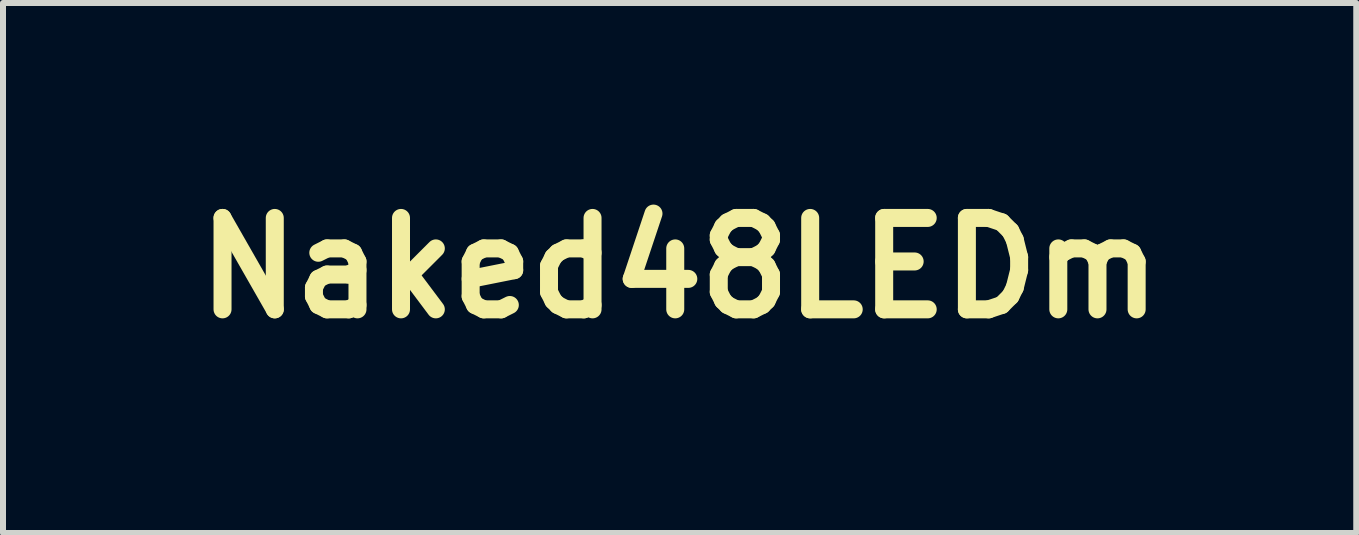
<source format=kicad_pcb>
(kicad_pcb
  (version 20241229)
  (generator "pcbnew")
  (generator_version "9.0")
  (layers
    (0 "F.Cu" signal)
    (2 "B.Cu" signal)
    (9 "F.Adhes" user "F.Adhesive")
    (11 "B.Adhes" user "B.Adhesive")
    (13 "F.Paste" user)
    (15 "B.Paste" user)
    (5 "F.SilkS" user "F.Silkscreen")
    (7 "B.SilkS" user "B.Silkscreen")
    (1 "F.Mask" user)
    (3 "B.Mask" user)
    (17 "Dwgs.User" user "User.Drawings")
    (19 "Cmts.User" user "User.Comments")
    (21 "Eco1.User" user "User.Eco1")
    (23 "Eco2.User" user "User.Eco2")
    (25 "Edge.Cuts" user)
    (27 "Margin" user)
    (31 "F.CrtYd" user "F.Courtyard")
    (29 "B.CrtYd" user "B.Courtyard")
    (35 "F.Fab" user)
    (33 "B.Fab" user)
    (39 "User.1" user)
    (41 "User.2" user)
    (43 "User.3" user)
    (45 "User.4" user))
  (footprint "Naked48LEDm"
    (layer "F.Cu")
    (at 8.28 1.418)
    (property "Reference" "Naked48LEDm" (at 0 0 0) (layer "F.SilkS") (effects (font (size 1.524 1.524) (thickness 0.3))))
    (attr through_hole)
    (fp_poly (pts (xy 5.81 0.984) (xy 4.747 0.984) (xy 4.747 0.619) (xy 5.81 0.619) (xy 5.81 0.984)) (stroke (width 0.01) (type solid)) (fill yes) (layer "F.Mask"))
    (fp_poly (pts (xy 2.838 -0.266) (xy 3.056 -0.262) (xy 3.06 -0.107) (xy 3.065 0.048) (xy 2.619 0.048) (xy 2.619 -0.271) (xy 2.838 -0.266)) (stroke (width 0.01) (type solid)) (fill yes) (layer "F.Mask"))
    (fp_poly (pts (xy -0.924 -0.528) (xy -0.92 -0.318) (xy -1.204 -0.318) (xy -1.209 -0.369) (xy -1.216 -0.404) (xy -1.234 -0.419) (xy -1.273 -0.426) (xy -1.331 -0.43) (xy -1.342 -0.545) (xy -1.346 -0.608) (xy -1.348 -0.663) (xy -1.347 -0.699) (xy -1.347 -0.699) (xy -1.341 -0.738) (xy -0.929 -0.738) (xy -0.924 -0.528)) (stroke (width 0.01) (type solid)) (fill yes) (layer "F.Mask"))
    (fp_poly (pts (xy -4.191 -0.413) (xy -4.372 -0.413) (xy -4.452 -0.413) (xy -4.506 -0.416) (xy -4.539 -0.421) (xy -4.557 -0.429) (xy -4.562 -0.438) (xy -4.568 -0.468) (xy -4.572 -0.516) (xy -4.572 -0.542) (xy -4.57 -0.59) (xy -4.56 -0.616) (xy -4.534 -0.631) (xy -4.49 -0.642) (xy -4.46 -0.653) (xy -4.446 -0.678) (xy -4.442 -0.71) (xy -4.437 -0.77) (xy -4.314 -0.775) (xy -4.191 -0.779) (xy -4.191 -0.413)) (stroke (width 0.01) (type solid)) (fill yes) (layer "F.Mask"))
    (fp_poly (pts (xy 6.628 -0.325) (xy 6.33 -0.321) (xy 6.221 -0.32) (xy 6.141 -0.32) (xy 6.084 -0.322) (xy 6.049 -0.326) (xy 6.029 -0.332) (xy 6.024 -0.338) (xy 6.021 -0.362) (xy 6.019 -0.41) (xy 6.019 -0.474) (xy 6.02 -0.525) (xy 6.025 -0.691) (xy 6.122 -0.695) (xy 6.177 -0.701) (xy 6.219 -0.71) (xy 6.237 -0.72) (xy 6.246 -0.745) (xy 6.254 -0.792) (xy 6.258 -0.842) (xy 6.263 -0.945) (xy 6.45 -0.949) (xy 6.636 -0.954) (xy 6.628 -0.325)) (stroke (width 0.01) (type solid)) (fill yes) (layer "F.Mask"))
    (fp_poly (pts (xy -4.918 0.56) (xy -4.913 0.627) (xy -4.838 0.632) (xy -4.763 0.637) (xy -4.763 0.873) (xy -4.966 0.873) (xy -5.044 0.872) (xy -5.109 0.87) (xy -5.157 0.867) (xy -5.18 0.863) (xy -5.181 0.863) (xy -5.185 0.843) (xy -5.189 0.799) (xy -5.19 0.741) (xy -5.191 0.676) (xy -5.19 0.612) (xy -5.187 0.559) (xy -5.183 0.524) (xy -5.181 0.517) (xy -5.17 0.504) (xy -5.143 0.496) (xy -5.095 0.493) (xy -5.047 0.492) (xy -4.923 0.492) (xy -4.918 0.56)) (stroke (width 0.01) (type solid)) (fill yes) (layer "F.Mask"))
    (fp_poly (pts (xy -2.23 0.865) (xy -2.393 0.87) (xy -2.466 0.871) (xy -2.513 0.871) (xy -2.541 0.867) (xy -2.555 0.859) (xy -2.562 0.845) (xy -2.564 0.837) (xy -2.569 0.8) (xy -2.57 0.747) (xy -2.569 0.714) (xy -2.565 0.664) (xy -2.557 0.637) (xy -2.54 0.625) (xy -2.516 0.619) (xy -2.48 0.606) (xy -2.465 0.578) (xy -2.464 0.567) (xy -2.46 0.545) (xy -2.45 0.532) (xy -2.427 0.526) (xy -2.385 0.524) (xy -2.34 0.524) (xy -2.221 0.524) (xy -2.23 0.865)) (stroke (width 0.01) (type solid)) (fill yes) (layer "F.Mask"))
    (fp_poly (pts (xy 3.064 0.619) (xy 3.528 0.623) (xy 3.993 0.627) (xy 3.997 0.829) (xy 4.001 1.032) (xy 3.313 1.032) (xy 3.168 1.032) (xy 3.033 1.031) (xy 2.911 1.03) (xy 2.806 1.028) (xy 2.721 1.027) (xy 2.658 1.025) (xy 2.622 1.023) (xy 2.614 1.021) (xy 2.61 1.001) (xy 2.607 0.955) (xy 2.605 0.887) (xy 2.604 0.802) (xy 2.604 0.705) (xy 2.606 0.602) (xy 2.608 0.497) (xy 2.612 0.396) (xy 2.614 0.361) (xy 2.624 0.159) (xy 3.064 0.159) (xy 3.064 0.619)) (stroke (width 0.01) (type solid)) (fill yes) (layer "F.Mask"))
    (fp_poly (pts (xy 5.785 -0.634) (xy 5.789 -0.536) (xy 5.79 -0.466) (xy 5.787 -0.419) (xy 5.781 -0.393) (xy 5.778 -0.388) (xy 5.759 -0.376) (xy 5.722 -0.369) (xy 5.661 -0.367) (xy 5.614 -0.367) (xy 5.546 -0.369) (xy 5.489 -0.371) (xy 5.45 -0.375) (xy 5.441 -0.376) (xy 5.422 -0.39) (xy 5.414 -0.423) (xy 5.413 -0.452) (xy 5.407 -0.507) (xy 5.385 -0.541) (xy 5.341 -0.56) (xy 5.302 -0.567) (xy 5.238 -0.576) (xy 5.242 -0.713) (xy 5.247 -0.849) (xy 5.51 -0.854) (xy 5.774 -0.858) (xy 5.785 -0.634)) (stroke (width 0.01) (type solid)) (fill yes) (layer "F.Mask"))
    (fp_poly (pts (xy 6.531 0.364) (xy 6.534 0.496) (xy 6.535 0.618) (xy 6.536 0.727) (xy 6.537 0.818) (xy 6.536 0.889) (xy 6.535 0.935) (xy 6.533 0.952) (xy 6.513 0.96) (xy 6.469 0.965) (xy 6.409 0.968) (xy 6.34 0.969) (xy 6.27 0.968) (xy 6.206 0.965) (xy 6.154 0.96) (xy 6.124 0.952) (xy 6.119 0.948) (xy 6.117 0.928) (xy 6.116 0.88) (xy 6.115 0.808) (xy 6.115 0.715) (xy 6.115 0.606) (xy 6.115 0.483) (xy 6.116 0.365) (xy 6.12 -0.198) (xy 6.32 -0.203) (xy 6.52 -0.207) (xy 6.531 0.364)) (stroke (width 0.01) (type solid)) (fill yes) (layer "F.Mask"))
    (fp_poly (pts (xy -0.947 -0.194) (xy -0.944 -0.161) (xy -0.941 -0.101) (xy -0.939 -0.021) (xy -0.938 0.073) (xy -0.937 0.175) (xy -0.937 0.193) (xy -0.937 0.304) (xy -0.938 0.388) (xy -0.94 0.448) (xy -0.943 0.488) (xy -0.948 0.513) (xy -0.955 0.526) (xy -0.962 0.53) (xy -0.991 0.535) (xy -1.039 0.539) (xy -1.095 0.539) (xy -1.149 0.538) (xy -1.191 0.535) (xy -1.212 0.529) (xy -1.215 0.511) (xy -1.217 0.466) (xy -1.22 0.397) (xy -1.221 0.311) (xy -1.222 0.21) (xy -1.222 0.132) (xy -1.222 -0.254) (xy -1.09 -0.254) (xy -0.957 -0.254) (xy -0.947 -0.194)) (stroke (width 0.01) (type solid)) (fill yes) (layer "F.Mask"))
    (fp_poly (pts (xy -7.254 -0.87) (xy -7.104 -0.865) (xy -7.104 -0.601) (xy -7.105 -0.512) (xy -7.107 -0.434) (xy -7.11 -0.373) (xy -7.114 -0.334) (xy -7.117 -0.323) (xy -7.137 -0.318) (xy -7.183 -0.313) (xy -7.248 -0.309) (xy -7.329 -0.305) (xy -7.375 -0.304) (xy -7.471 -0.302) (xy -7.539 -0.302) (xy -7.585 -0.304) (xy -7.612 -0.309) (xy -7.626 -0.317) (xy -7.628 -0.321) (xy -7.632 -0.347) (xy -7.634 -0.395) (xy -7.633 -0.457) (xy -7.633 -0.478) (xy -7.628 -0.611) (xy -7.557 -0.616) (xy -7.492 -0.628) (xy -7.452 -0.654) (xy -7.433 -0.701) (xy -7.429 -0.753) (xy -7.428 -0.806) (xy -7.42 -0.841) (xy -7.401 -0.861) (xy -7.365 -0.87) (xy -7.306 -0.871) (xy -7.254 -0.87)) (stroke (width 0.01) (type solid)) (fill yes) (layer "F.Mask"))
    (fp_poly (pts (xy -5.015 -0.332) (xy -4.97 -0.324) (xy -4.938 -0.307) (xy -4.917 -0.278) (xy -4.905 -0.231) (xy -4.899 -0.165) (xy -4.897 -0.075) (xy -4.897 0.043) (xy -4.897 0.066) (xy -4.897 0.405) (xy -5.028 0.409) (xy -5.159 0.414) (xy -5.159 0.217) (xy -5.16 0.136) (xy -5.162 0.062) (xy -5.166 0.004) (xy -5.169 -0.03) (xy -5.179 -0.062) (xy -5.197 -0.076) (xy -5.234 -0.08) (xy -5.245 -0.08) (xy -5.309 -0.086) (xy -5.351 -0.102) (xy -5.38 -0.132) (xy -5.39 -0.149) (xy -5.411 -0.211) (xy -5.404 -0.263) (xy -5.377 -0.299) (xy -5.358 -0.314) (xy -5.335 -0.324) (xy -5.303 -0.33) (xy -5.253 -0.332) (xy -5.18 -0.333) (xy -5.156 -0.333) (xy -5.077 -0.334) (xy -5.015 -0.332)) (stroke (width 0.01) (type solid)) (fill yes) (layer "F.Mask"))
    (fp_poly (pts (xy -1.337 -0.036) (xy -1.332 0.094) (xy -1.535 0.099) (xy -1.738 0.103) (xy -1.752 0.217) (xy -1.758 0.29) (xy -1.759 0.377) (xy -1.755 0.46) (xy -1.755 0.467) (xy -1.743 0.603) (xy -0.935 0.603) (xy -0.94 0.734) (xy -0.945 0.865) (xy -1.424 0.869) (xy -1.904 0.874) (xy -1.954 0.829) (xy -1.977 0.805) (xy -1.995 0.777) (xy -2.009 0.74) (xy -2.018 0.691) (xy -2.025 0.626) (xy -2.029 0.54) (xy -2.031 0.43) (xy -2.031 0.325) (xy -2.031 0.216) (xy -2.031 0.135) (xy -2.029 0.076) (xy -2.026 0.034) (xy -2.021 0.005) (xy -2.013 -0.016) (xy -2.002 -0.035) (xy -1.992 -0.048) (xy -1.959 -0.089) (xy -1.927 -0.12) (xy -1.89 -0.141) (xy -1.842 -0.155) (xy -1.779 -0.163) (xy -1.695 -0.166) (xy -1.596 -0.167) (xy -1.341 -0.167) (xy -1.337 -0.036)) (stroke (width 0.01) (type solid)) (fill yes) (layer "F.Mask"))
    (fp_poly (pts (xy 3.069 -0.952) (xy 3.127 -0.95) (xy 3.168 -0.946) (xy 3.182 -0.943) (xy 3.191 -0.935) (xy 3.198 -0.919) (xy 3.202 -0.888) (xy 3.205 -0.839) (xy 3.206 -0.767) (xy 3.207 -0.668) (xy 3.207 -0.657) (xy 3.207 -0.381) (xy 2.875 -0.381) (xy 2.765 -0.381) (xy 2.682 -0.382) (xy 2.623 -0.383) (xy 2.583 -0.386) (xy 2.558 -0.39) (xy 2.544 -0.397) (xy 2.538 -0.406) (xy 2.534 -0.417) (xy 2.53 -0.449) (xy 2.526 -0.503) (xy 2.524 -0.568) (xy 2.524 -0.583) (xy 2.524 -0.714) (xy 2.632 -0.714) (xy 2.695 -0.717) (xy 2.743 -0.725) (xy 2.765 -0.734) (xy 2.782 -0.762) (xy 2.795 -0.809) (xy 2.799 -0.838) (xy 2.806 -0.888) (xy 2.814 -0.925) (xy 2.818 -0.937) (xy 2.837 -0.943) (xy 2.879 -0.948) (xy 2.937 -0.951) (xy 3.003 -0.952) (xy 3.069 -0.952)) (stroke (width 0.01) (type solid)) (fill yes) (layer "F.Mask"))
    (fp_poly (pts (xy -5.239 0.06) (xy -5.24 0.126) (xy -5.245 0.168) (xy -5.254 0.189) (xy -5.264 0.197) (xy -5.29 0.201) (xy -5.339 0.204) (xy -5.404 0.206) (xy -5.447 0.206) (xy -5.605 0.206) (xy -5.596 0.611) (xy -5.413 0.619) (xy -5.231 0.627) (xy -5.226 0.737) (xy -5.226 0.805) (xy -5.232 0.845) (xy -5.242 0.86) (xy -5.265 0.865) (xy -5.313 0.869) (xy -5.379 0.871) (xy -5.456 0.873) (xy -5.461 0.873) (xy -5.552 0.872) (xy -5.619 0.868) (xy -5.667 0.861) (xy -5.705 0.85) (xy -5.723 0.843) (xy -5.773 0.815) (xy -5.816 0.781) (xy -5.823 0.774) (xy -5.835 0.76) (xy -5.844 0.745) (xy -5.851 0.724) (xy -5.855 0.693) (xy -5.857 0.648) (xy -5.857 0.584) (xy -5.856 0.496) (xy -5.855 0.4) (xy -5.853 0.288) (xy -5.851 0.204) (xy -5.848 0.142) (xy -5.844 0.098) (xy -5.839 0.069) (xy -5.831 0.049) (xy -5.821 0.035) (xy -5.818 0.031) (xy -5.784 0.000044) (xy -5.742 -0.023) (xy -5.687 -0.04) (xy -5.613 -0.051) (xy -5.516 -0.058) (xy -5.457 -0.06) (xy -5.239 -0.068) (xy -5.239 0.06)) (stroke (width 0.01) (type solid)) (fill yes) (layer "F.Mask"))
    (fp_poly (pts (xy 4.911 -0.809) (xy 5.005 -0.808) (xy 5.074 -0.806) (xy 5.122 -0.802) (xy 5.153 -0.797) (xy 5.17 -0.791) (xy 5.174 -0.787) (xy 5.183 -0.758) (xy 5.188 -0.699) (xy 5.188 -0.612) (xy 5.188 -0.609) (xy 5.183 -0.452) (xy 4.917 -0.448) (xy 4.651 -0.444) (xy 4.651 -0.097) (xy 5.321 -0.087) (xy 5.376 -0.027) (xy 5.409 0.012) (xy 5.424 0.046) (xy 5.427 0.089) (xy 5.426 0.116) (xy 5.421 0.198) (xy 5.318 0.208) (xy 5.269 0.212) (xy 5.25 0.216) (xy 5.26 0.218) (xy 5.282 0.22) (xy 5.326 0.224) (xy 5.346 0.235) (xy 5.35 0.253) (xy 5.346 0.275) (xy 5.332 0.293) (xy 5.304 0.306) (xy 5.259 0.315) (xy 5.194 0.322) (xy 5.104 0.327) (xy 4.987 0.33) (xy 4.965 0.331) (xy 4.651 0.337) (xy 4.651 0.636) (xy 4.651 0.731) (xy 4.65 0.817) (xy 4.647 0.887) (xy 4.645 0.936) (xy 4.642 0.959) (xy 4.633 0.969) (xy 4.614 0.977) (xy 4.579 0.981) (xy 4.523 0.983) (xy 4.442 0.984) (xy 4.419 0.984) (xy 4.207 0.984) (xy 4.207 0.033) (xy 5.194 0.033) (xy 5.198 0.046) (xy 5.206 0.045) (xy 5.223 0.032) (xy 5.224 0.027) (xy 5.214 0.015) (xy 5.198 0.024) (xy 5.194 0.033) (xy 4.207 0.033) (xy 4.207 -0.789) (xy 4.314 -0.799) (xy 4.362 -0.802) (xy 4.435 -0.805) (xy 4.527 -0.807) (xy 4.632 -0.809) (xy 4.743 -0.809) (xy 4.788 -0.81) (xy 4.911 -0.809)) (stroke (width 0.01) (type solid)) (fill yes) (layer "F.Mask"))
    (fp_poly (pts (xy -0.241 -0.833) (xy -0.182 -0.82) (xy -0.151 -0.799) (xy -0.145 -0.785) (xy -0.13 -0.753) (xy -0.117 -0.741) (xy -0.099 -0.714) (xy -0.095 -0.672) (xy -0.106 -0.624) (xy -0.129 -0.584) (xy -0.132 -0.581) (xy -0.162 -0.558) (xy -0.204 -0.544) (xy -0.267 -0.534) (xy -0.282 -0.532) (xy -0.345 -0.523) (xy -0.392 -0.511) (xy -0.414 -0.499) (xy -0.421 -0.478) (xy -0.425 -0.438) (xy -0.426 -0.374) (xy -0.423 -0.282) (xy -0.421 -0.232) (xy -0.41 0.012) (xy -0.335 0.022) (xy -0.274 0.026) (xy -0.21 0.024) (xy -0.154 0.016) (xy -0.113 0.004) (xy -0.1 -0.006) (xy -0.093 -0.03) (xy -0.086 -0.075) (xy -0.08 -0.133) (xy -0.08 -0.135) (xy -0.071 -0.246) (xy 0.047 -0.251) (xy 0.128 -0.253) (xy 0.182 -0.251) (xy 0.214 -0.24) (xy 0.231 -0.215) (xy 0.237 -0.173) (xy 0.238 -0.11) (xy 0.238 -0.103) (xy 0.238 0.032) (xy 0.446 0.032) (xy 0.441 0.179) (xy 0.437 0.325) (xy 0.337 0.33) (xy 0.238 0.335) (xy 0.238 1.016) (xy -0.079 1.016) (xy -0.079 0.333) (xy -0.322 0.333) (xy -0.436 0.332) (xy -0.524 0.328) (xy -0.59 0.321) (xy -0.64 0.309) (xy -0.677 0.292) (xy -0.708 0.268) (xy -0.709 0.267) (xy -0.746 0.233) (xy -0.746 -0.213) (xy -0.746 -0.346) (xy -0.745 -0.452) (xy -0.744 -0.533) (xy -0.741 -0.594) (xy -0.738 -0.639) (xy -0.733 -0.671) (xy -0.726 -0.695) (xy -0.718 -0.713) (xy -0.691 -0.759) (xy -0.659 -0.791) (xy -0.615 -0.812) (xy -0.554 -0.825) (xy -0.47 -0.833) (xy -0.445 -0.835) (xy -0.328 -0.838) (xy -0.241 -0.833)) (stroke (width 0.01) (type solid)) (fill yes) (layer "F.Mask"))
    (fp_poly (pts (xy 7.283 -0.818) (xy 7.386 -0.806) (xy 7.469 -0.786) (xy 7.536 -0.756) (xy 7.59 -0.715) (xy 7.636 -0.661) (xy 7.676 -0.594) (xy 7.684 -0.58) (xy 7.739 -0.469) (xy 7.739 0.071) (xy 7.739 0.216) (xy 7.739 0.334) (xy 7.738 0.426) (xy 7.736 0.498) (xy 7.734 0.553) (xy 7.731 0.594) (xy 7.726 0.625) (xy 7.719 0.65) (xy 7.711 0.672) (xy 7.702 0.692) (xy 7.654 0.773) (xy 7.588 0.847) (xy 7.514 0.906) (xy 7.469 0.93) (xy 7.432 0.94) (xy 7.372 0.948) (xy 7.295 0.956) (xy 7.205 0.961) (xy 7.11 0.966) (xy 7.012 0.968) (xy 6.919 0.969) (xy 6.835 0.968) (xy 6.766 0.965) (xy 6.716 0.959) (xy 6.692 0.951) (xy 6.691 0.95) (xy 6.688 0.925) (xy 6.686 0.876) (xy 6.686 0.811) (xy 6.687 0.753) (xy 6.691 0.579) (xy 6.945 0.571) (xy 7.055 0.566) (xy 7.137 0.56) (xy 7.196 0.551) (xy 7.237 0.538) (xy 7.264 0.521) (xy 7.281 0.497) (xy 7.287 0.482) (xy 7.292 0.456) (xy 7.295 0.402) (xy 7.299 0.327) (xy 7.301 0.234) (xy 7.302 0.13) (xy 7.303 0.058) (xy 7.302 -0.072) (xy 7.301 -0.173) (xy 7.298 -0.251) (xy 7.292 -0.307) (xy 7.282 -0.347) (xy 7.269 -0.374) (xy 7.249 -0.392) (xy 7.224 -0.403) (xy 7.195 -0.412) (xy 7.152 -0.419) (xy 7.089 -0.425) (xy 7.016 -0.428) (xy 6.985 -0.429) (xy 6.897 -0.429) (xy 6.835 -0.432) (xy 6.796 -0.441) (xy 6.774 -0.463) (xy 6.765 -0.5) (xy 6.764 -0.558) (xy 6.766 -0.633) (xy 6.771 -0.818) (xy 7.001 -0.822) (xy 7.156 -0.823) (xy 7.283 -0.818)) (stroke (width 0.01) (type solid)) (fill yes) (layer "F.Mask"))
    (fp_poly (pts (xy -4.318 -0.378) (xy -4.215 -0.373) (xy -4.216 -0.107) (xy -4.216 -0.02) (xy -4.215 0.054) (xy -4.213 0.11) (xy -4.21 0.143) (xy -4.208 0.15) (xy -4.198 0.133) (xy -4.176 0.093) (xy -4.146 0.037) (xy -4.112 -0.029) (xy -4.024 -0.198) (xy -3.883 -0.203) (xy -3.818 -0.204) (xy -3.765 -0.201) (xy -3.733 -0.196) (xy -3.727 -0.193) (xy -3.729 -0.174) (xy -3.744 -0.13) (xy -3.772 -0.065) (xy -3.811 0.018) (xy -3.834 0.064) (xy -3.955 0.306) (xy -3.801 0.452) (xy -3.73 0.521) (xy -3.683 0.571) (xy -3.659 0.605) (xy -3.655 0.623) (xy -3.654 0.642) (xy -3.626 0.655) (xy -3.614 0.657) (xy -3.581 0.672) (xy -3.539 0.701) (xy -3.492 0.74) (xy -3.448 0.782) (xy -3.412 0.822) (xy -3.391 0.855) (xy -3.388 0.872) (xy -3.41 0.88) (xy -3.459 0.886) (xy -3.533 0.889) (xy -3.568 0.889) (xy -3.738 0.889) (xy -3.829 0.798) (xy -3.872 0.752) (xy -3.905 0.712) (xy -3.92 0.684) (xy -3.921 0.679) (xy -3.934 0.655) (xy -3.954 0.651) (xy -3.98 0.641) (xy -4.022 0.613) (xy -4.072 0.574) (xy -4.093 0.555) (xy -4.199 0.46) (xy -4.21 0.52) (xy -4.215 0.562) (xy -4.219 0.626) (xy -4.221 0.699) (xy -4.222 0.734) (xy -4.223 0.889) (xy -4.348 0.889) (xy -4.411 0.888) (xy -4.449 0.885) (xy -4.47 0.877) (xy -4.48 0.863) (xy -4.483 0.853) (xy -4.485 0.83) (xy -4.487 0.778) (xy -4.489 0.702) (xy -4.49 0.606) (xy -4.491 0.493) (xy -4.492 0.367) (xy -4.492 0.232) (xy -4.492 0.227) (xy -4.493 -0.365) (xy -4.456 -0.374) (xy -4.422 -0.378) (xy -4.368 -0.379) (xy -4.318 -0.378)) (stroke (width 0.01) (type solid)) (fill yes) (layer "F.Mask"))
    (fp_poly (pts (xy -2.69 -0.251) (xy -2.578 -0.249) (xy -2.494 -0.247) (xy -2.432 -0.245) (xy -2.388 -0.241) (xy -2.359 -0.236) (xy -2.339 -0.229) (xy -2.324 -0.219) (xy -2.312 -0.208) (xy -2.277 -0.166) (xy -2.254 -0.113) (xy -2.24 -0.041) (xy -2.233 0.054) (xy -2.233 0.103) (xy -2.237 0.212) (xy -2.251 0.293) (xy -2.275 0.35) (xy -2.312 0.386) (xy -2.327 0.395) (xy -2.36 0.402) (xy -2.42 0.408) (xy -2.503 0.411) (xy -2.603 0.413) (xy -2.605 0.413) (xy -2.843 0.413) (xy -2.834 0.183) (xy -2.66 0.178) (xy -2.568 0.174) (xy -2.507 0.167) (xy -2.476 0.157) (xy -2.473 0.154) (xy -2.464 0.121) (xy -2.461 0.074) (xy -2.466 0.026) (xy -2.476 -0.008) (xy -2.48 -0.013) (xy -2.506 -0.022) (xy -2.562 -0.028) (xy -2.649 -0.031) (xy -2.7 -0.032) (xy -2.786 -0.031) (xy -2.844 -0.029) (xy -2.881 -0.025) (xy -2.902 -0.018) (xy -2.911 -0.007) (xy -2.911 -0.007) (xy -2.915 0.019) (xy -2.918 0.069) (xy -2.92 0.138) (xy -2.921 0.219) (xy -2.921 0.305) (xy -2.92 0.389) (xy -2.918 0.465) (xy -2.915 0.525) (xy -2.912 0.565) (xy -2.911 0.569) (xy -2.901 0.618) (xy -2.772 0.622) (xy -2.643 0.627) (xy -2.639 0.75) (xy -2.634 0.873) (xy -2.805 0.872) (xy -2.878 0.871) (xy -2.94 0.868) (xy -2.984 0.865) (xy -3 0.862) (xy -3.038 0.839) (xy -3.082 0.798) (xy -3.121 0.751) (xy -3.14 0.722) (xy -3.149 0.699) (xy -3.156 0.665) (xy -3.162 0.615) (xy -3.166 0.547) (xy -3.17 0.454) (xy -3.172 0.35) (xy -3.174 0.213) (xy -3.173 0.103) (xy -3.169 0.017) (xy -3.16 -0.051) (xy -3.147 -0.103) (xy -3.128 -0.145) (xy -3.104 -0.18) (xy -3.085 -0.2) (xy -3.029 -0.256) (xy -2.69 -0.251)) (stroke (width 0.01) (type solid)) (fill yes) (layer "F.Mask"))
    (fp_poly (pts (xy -6.182 -0.759) (xy -6.12 -0.724) (xy -6.096 -0.702) (xy -6.081 -0.677) (xy -6.071 -0.64) (xy -6.064 -0.583) (xy -6.062 -0.562) (xy -6.058 -0.505) (xy -6.055 -0.426) (xy -6.053 -0.328) (xy -6.051 -0.214) (xy -6.05 -0.088) (xy -6.049 0.045) (xy -6.049 0.183) (xy -6.049 0.321) (xy -6.05 0.456) (xy -6.051 0.584) (xy -6.053 0.702) (xy -6.055 0.805) (xy -6.058 0.889) (xy -6.061 0.952) (xy -6.065 0.989) (xy -6.067 0.997) (xy -6.095 1.007) (xy -6.151 1.013) (xy -6.235 1.016) (xy -6.248 1.016) (xy -6.326 1.015) (xy -6.379 1.011) (xy -6.414 1.004) (xy -6.437 0.992) (xy -6.441 0.988) (xy -6.458 0.97) (xy -6.491 0.929) (xy -6.539 0.869) (xy -6.6 0.792) (xy -6.671 0.702) (xy -6.749 0.601) (xy -6.834 0.493) (xy -6.852 0.469) (xy -7.231 -0.023) (xy -7.239 0.493) (xy -7.247 1.008) (xy -7.414 1.011) (xy -7.485 1.012) (xy -7.545 1.01) (xy -7.586 1.008) (xy -7.6 1.006) (xy -7.606 0.988) (xy -7.61 0.943) (xy -7.614 0.875) (xy -7.617 0.788) (xy -7.619 0.686) (xy -7.621 0.573) (xy -7.621 0.454) (xy -7.62 0.334) (xy -7.619 0.215) (xy -7.616 0.103) (xy -7.612 0.002) (xy -7.61 -0.043) (xy -7.599 -0.221) (xy -7.344 -0.226) (xy -7.089 -0.23) (xy -7.075 -0.29) (xy -7.066 -0.322) (xy -7.054 -0.342) (xy -7.038 -0.35) (xy -7.016 -0.343) (xy -6.986 -0.32) (xy -6.947 -0.279) (xy -6.895 -0.219) (xy -6.831 -0.138) (xy -6.751 -0.034) (xy -6.668 0.076) (xy -6.485 0.319) (xy -6.477 -0.162) (xy -6.475 -0.283) (xy -6.472 -0.396) (xy -6.468 -0.494) (xy -6.464 -0.575) (xy -6.463 -0.587) (xy -6.191 -0.587) (xy -6.186 -0.572) (xy -6.184 -0.572) (xy -6.171 -0.583) (xy -6.167 -0.587) (xy -6.169 -0.602) (xy -6.174 -0.603) (xy -6.191 -0.592) (xy -6.191 -0.587) (xy -6.463 -0.587) (xy -6.46 -0.634) (xy -6.457 -0.666) (xy -6.455 -0.671) (xy -6.433 -0.693) (xy -6.405 -0.697) (xy -6.383 -0.684) (xy -6.38 -0.671) (xy -6.376 -0.666) (xy -6.37 -0.687) (xy -6.368 -0.698) (xy -6.352 -0.743) (xy -6.32 -0.767) (xy -6.317 -0.768) (xy -6.252 -0.775) (xy -6.182 -0.759)) (stroke (width 0.01) (type solid)) (fill yes) (layer "F.Mask"))
    (fp_poly (pts (xy 1.774 -0.759) (xy 1.818 -0.693) (xy 1.816 -0.418) (xy 1.815 -0.318) (xy 1.813 -0.244) (xy 1.81 -0.191) (xy 1.805 -0.152) (xy 1.797 -0.123) (xy 1.786 -0.098) (xy 1.774 -0.076) (xy 1.743 -0.029) (xy 1.711 0.011) (xy 1.7 0.022) (xy 1.676 0.049) (xy 1.667 0.066) (xy 1.676 0.084) (xy 1.7 0.12) (xy 1.735 0.166) (xy 1.742 0.176) (xy 1.818 0.273) (xy 1.823 0.529) (xy 1.825 0.643) (xy 1.824 0.73) (xy 1.821 0.796) (xy 1.814 0.844) (xy 1.803 0.881) (xy 1.787 0.911) (xy 1.768 0.936) (xy 1.728 0.984) (xy 0.716 0.984) (xy 0.675 0.925) (xy 0.661 0.903) (xy 0.65 0.881) (xy 0.643 0.855) (xy 0.639 0.819) (xy 0.636 0.767) (xy 0.635 0.695) (xy 0.635 0.598) (xy 0.635 0.596) (xy 0.936 0.596) (xy 0.942 0.629) (xy 0.961 0.649) (xy 0.995 0.66) (xy 1.049 0.665) (xy 1.128 0.665) (xy 1.228 0.663) (xy 1.5 0.659) (xy 1.509 0.373) (xy 1.398 0.262) (xy 1.346 0.21) (xy 1.313 0.173) (xy 1.295 0.144) (xy 1.288 0.117) (xy 1.286 0.083) (xy 1.286 0.082) (xy 1.288 0.049) (xy 1.296 0.02) (xy 1.313 -0.011) (xy 1.345 -0.052) (xy 1.395 -0.108) (xy 1.397 -0.11) (xy 1.508 -0.233) (xy 1.508 -0.359) (xy 1.506 -0.43) (xy 1.499 -0.481) (xy 1.489 -0.505) (xy 1.467 -0.513) (xy 1.419 -0.519) (xy 1.343 -0.522) (xy 1.238 -0.524) (xy 1.22 -0.524) (xy 1.117 -0.524) (xy 1.042 -0.521) (xy 0.99 -0.513) (xy 0.958 -0.498) (xy 0.942 -0.472) (xy 0.938 -0.433) (xy 0.941 -0.377) (xy 0.945 -0.336) (xy 0.956 -0.215) (xy 1.059 -0.104) (xy 1.106 -0.051) (xy 1.146 -0.004) (xy 1.172 0.031) (xy 1.178 0.041) (xy 1.184 0.076) (xy 1.17 0.12) (xy 1.135 0.174) (xy 1.077 0.244) (xy 1.049 0.274) (xy 1.004 0.323) (xy 0.976 0.36) (xy 0.96 0.393) (xy 0.951 0.434) (xy 0.945 0.487) (xy 0.939 0.55) (xy 0.936 0.596) (xy 0.635 0.596) (xy 0.635 0.583) (xy 0.635 0.473) (xy 0.638 0.389) (xy 0.643 0.325) (xy 0.653 0.276) (xy 0.668 0.237) (xy 0.691 0.201) (xy 0.722 0.163) (xy 0.742 0.141) (xy 0.799 0.078) (xy 0.764 0.035) (xy 0.721 -0.019) (xy 0.69 -0.061) (xy 0.668 -0.1) (xy 0.654 -0.14) (xy 0.646 -0.189) (xy 0.641 -0.253) (xy 0.639 -0.338) (xy 0.637 -0.4) (xy 0.635 -0.509) (xy 0.635 -0.592) (xy 0.637 -0.653) (xy 0.643 -0.697) (xy 0.652 -0.729) (xy 0.665 -0.754) (xy 0.684 -0.777) (xy 0.689 -0.783) (xy 0.729 -0.826) (xy 1.229 -0.826) (xy 1.73 -0.826) (xy 1.774 -0.759)) (stroke (width 0.01) (type solid)) (fill yes) (layer "F.Mask")))
  (gr_rect
    (start -3 -3)
    (end 19.561 5.836)
    (stroke (width 0.1) (type default))
    (fill no)
    (layer "Edge.Cuts")))
</source>
